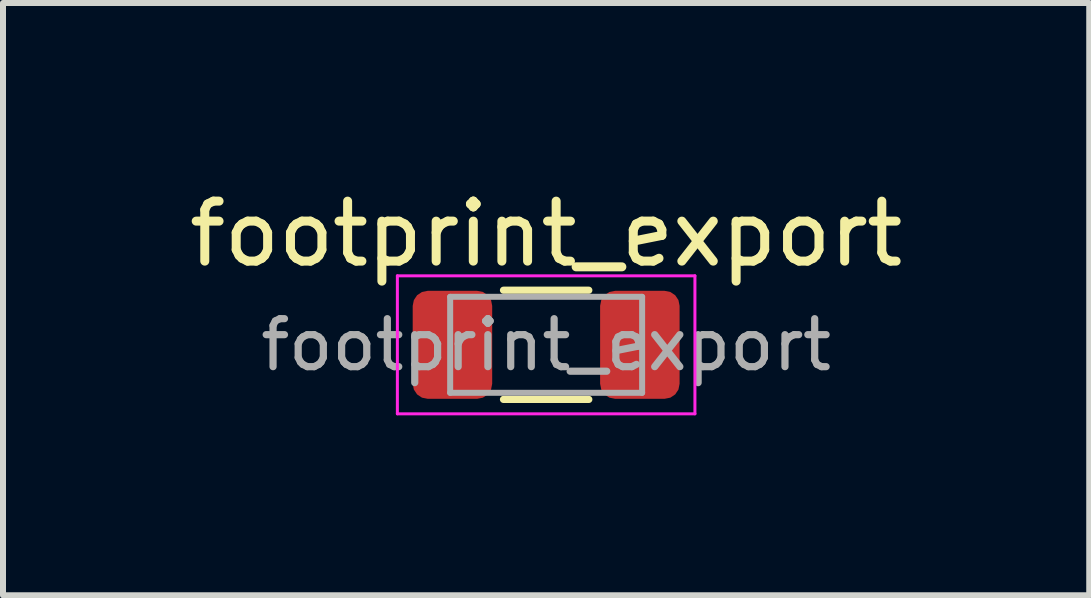
<source format=kicad_pcb>
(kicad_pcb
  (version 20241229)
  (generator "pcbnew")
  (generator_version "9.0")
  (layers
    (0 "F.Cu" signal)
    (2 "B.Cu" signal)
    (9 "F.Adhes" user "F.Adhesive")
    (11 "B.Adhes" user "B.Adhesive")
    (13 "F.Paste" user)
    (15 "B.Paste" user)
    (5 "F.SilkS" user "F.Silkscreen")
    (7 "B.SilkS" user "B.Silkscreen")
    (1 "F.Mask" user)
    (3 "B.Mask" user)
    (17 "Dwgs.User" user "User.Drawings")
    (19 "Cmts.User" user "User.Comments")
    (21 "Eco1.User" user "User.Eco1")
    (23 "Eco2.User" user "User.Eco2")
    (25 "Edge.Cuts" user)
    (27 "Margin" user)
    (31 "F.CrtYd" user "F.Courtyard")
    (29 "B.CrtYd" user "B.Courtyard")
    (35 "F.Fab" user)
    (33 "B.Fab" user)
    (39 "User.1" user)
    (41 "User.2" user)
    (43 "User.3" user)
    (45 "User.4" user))
  (footprint "footprint_export"
    (layer "F.Cu")
    (at 6.054 2.698)
    (property "Reference" "footprint_export" (at 0 -1.85 0) (layer "F.SilkS") (effects (font (size 1 1) (thickness 0.15))))
    (attr smd)
    (fp_line (start -0.711 -0.91) (end 0.711 -0.91) (stroke (width 0.12) (type solid)) (layer "F.SilkS"))
    (fp_line (start -0.711 0.91) (end 0.711 0.91) (stroke (width 0.12) (type solid)) (layer "F.SilkS"))
    (fp_line (start -2.48 -1.15) (end 2.48 -1.15) (stroke (width 0.05) (type solid)) (layer "F.CrtYd"))
    (fp_line (start -2.48 1.15) (end -2.48 -1.15) (stroke (width 0.05) (type solid)) (layer "F.CrtYd"))
    (fp_line (start 2.48 -1.15) (end 2.48 1.15) (stroke (width 0.05) (type solid)) (layer "F.CrtYd"))
    (fp_line (start 2.48 1.15) (end -2.48 1.15) (stroke (width 0.05) (type solid)) (layer "F.CrtYd"))
    (fp_line (start -1.6 -0.8) (end 1.6 -0.8) (stroke (width 0.1) (type solid)) (layer "F.Fab"))
    (fp_line (start -1.6 0.8) (end -1.6 -0.8) (stroke (width 0.1) (type solid)) (layer "F.Fab"))
    (fp_line (start 1.6 -0.8) (end 1.6 0.8) (stroke (width 0.1) (type solid)) (layer "F.Fab"))
    (fp_line (start 1.6 0.8) (end -1.6 0.8) (stroke (width 0.1) (type solid)) (layer "F.Fab"))
    (fp_text user "${REFERENCE}" (at 0 0 0) (layer "F.Fab") (effects (font (size 0.8 0.8) (thickness 0.12))))
    (pad "1" smd roundrect (at -1.562 0) (size 1.325 1.8) (layers "F.Cu" "F.Mask" "F.Paste") (roundrect_rratio 0.189))
    (pad "2" smd roundrect (at 1.562 0) (size 1.325 1.8) (layers "F.Cu" "F.Mask" "F.Paste") (roundrect_rratio 0.189)))
  (gr_rect
    (start -3 -3)
    (end 15.107 6.873)
    (stroke (width 0.1) (type default))
    (fill no)
    (layer "Edge.Cuts")))
</source>
